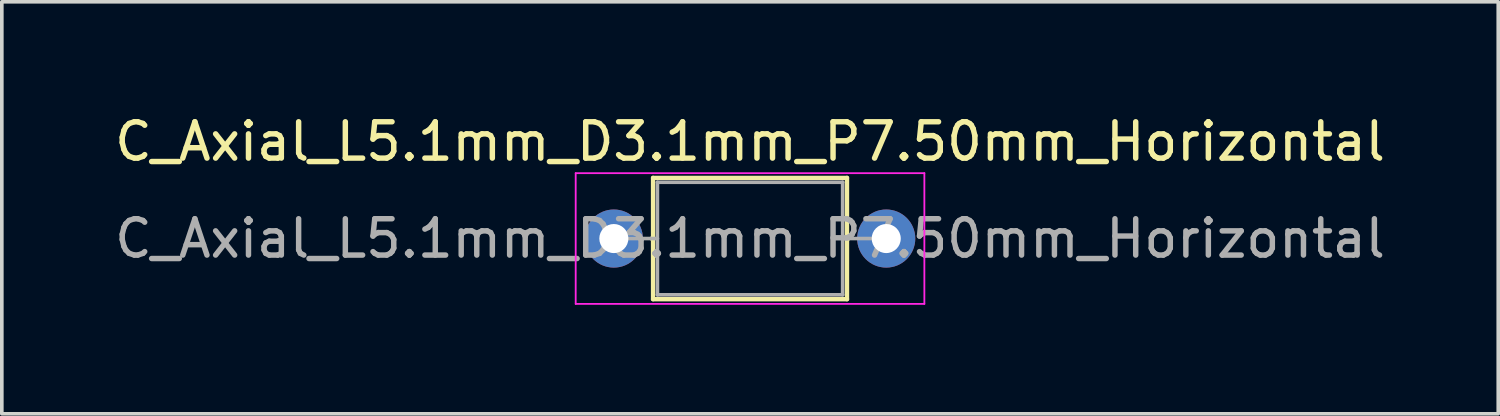
<source format=kicad_pcb>
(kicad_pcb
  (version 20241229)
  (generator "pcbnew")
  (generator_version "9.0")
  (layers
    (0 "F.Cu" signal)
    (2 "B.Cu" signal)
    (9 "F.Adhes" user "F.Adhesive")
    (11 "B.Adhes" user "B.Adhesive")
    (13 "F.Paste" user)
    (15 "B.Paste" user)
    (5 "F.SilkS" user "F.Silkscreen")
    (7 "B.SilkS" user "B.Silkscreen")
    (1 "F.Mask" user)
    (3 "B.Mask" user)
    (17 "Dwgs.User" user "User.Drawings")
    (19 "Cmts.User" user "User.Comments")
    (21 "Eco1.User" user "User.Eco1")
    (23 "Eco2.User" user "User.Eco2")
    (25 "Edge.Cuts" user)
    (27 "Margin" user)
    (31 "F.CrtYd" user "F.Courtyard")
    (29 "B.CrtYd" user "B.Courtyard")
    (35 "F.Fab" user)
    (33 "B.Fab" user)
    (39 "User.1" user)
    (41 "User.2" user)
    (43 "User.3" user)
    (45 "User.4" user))
  (footprint "C_Axial_L5.1mm_D3.1mm_P7.50mm_Horizontal"
    (layer "F.Cu")
    (at 13.851 3.518)
    (property "Reference" "C_Axial_L5.1mm_D3.1mm_P7.50mm_Horizontal" (at 3.75 -2.67 0) (layer "F.SilkS") (effects (font (size 1 1) (thickness 0.15))))
    (attr through_hole)
    (fp_line (start 1.04 0) (end 1.08 0) (stroke (width 0.12) (type solid)) (layer "F.SilkS"))
    (fp_line (start 1.08 -1.67) (end 1.08 1.67) (stroke (width 0.12) (type solid)) (layer "F.SilkS"))
    (fp_line (start 1.08 1.67) (end 6.42 1.67) (stroke (width 0.12) (type solid)) (layer "F.SilkS"))
    (fp_line (start 6.42 -1.67) (end 1.08 -1.67) (stroke (width 0.12) (type solid)) (layer "F.SilkS"))
    (fp_line (start 6.42 1.67) (end 6.42 -1.67) (stroke (width 0.12) (type solid)) (layer "F.SilkS"))
    (fp_line (start 6.46 0) (end 6.42 0) (stroke (width 0.12) (type solid)) (layer "F.SilkS"))
    (fp_line (start -1.05 -1.8) (end -1.05 1.8) (stroke (width 0.05) (type solid)) (layer "F.CrtYd"))
    (fp_line (start -1.05 1.8) (end 8.55 1.8) (stroke (width 0.05) (type solid)) (layer "F.CrtYd"))
    (fp_line (start 8.55 -1.8) (end -1.05 -1.8) (stroke (width 0.05) (type solid)) (layer "F.CrtYd"))
    (fp_line (start 8.55 1.8) (end 8.55 -1.8) (stroke (width 0.05) (type solid)) (layer "F.CrtYd"))
    (fp_line (start 0 0) (end 1.2 0) (stroke (width 0.1) (type solid)) (layer "F.Fab"))
    (fp_line (start 1.2 -1.55) (end 1.2 1.55) (stroke (width 0.1) (type solid)) (layer "F.Fab"))
    (fp_line (start 1.2 1.55) (end 6.3 1.55) (stroke (width 0.1) (type solid)) (layer "F.Fab"))
    (fp_line (start 6.3 -1.55) (end 1.2 -1.55) (stroke (width 0.1) (type solid)) (layer "F.Fab"))
    (fp_line (start 6.3 1.55) (end 6.3 -1.55) (stroke (width 0.1) (type solid)) (layer "F.Fab"))
    (fp_line (start 7.5 0) (end 6.3 0) (stroke (width 0.1) (type solid)) (layer "F.Fab"))
    (fp_text user "${REFERENCE}" (at 3.75 0 0) (layer "F.Fab") (effects (font (size 1 1) (thickness 0.15))))
    (pad "1" thru_hole circle (at 0 0) (size 1.6 1.6) (drill 0.8) (layers "*.Cu" "*.Mask"))
    (pad "2" thru_hole oval (at 7.5 0) (size 1.6 1.6) (drill 0.8) (layers "*.Cu" "*.Mask")))
  (gr_rect
    (start -3 -3)
    (end 38.202 8.343)
    (stroke (width 0.1) (type default))
    (fill no)
    (layer "Edge.Cuts")))
</source>
